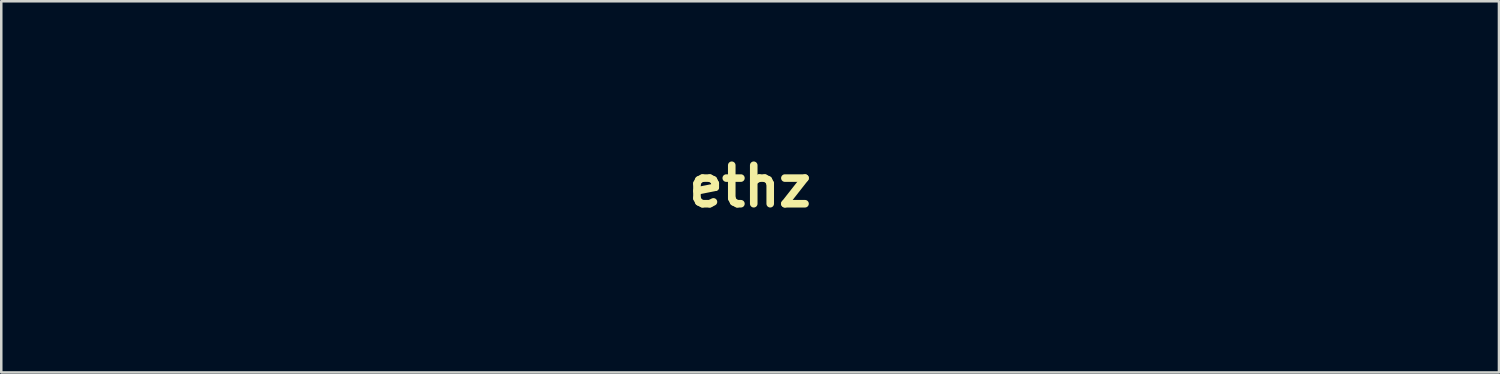
<source format=kicad_pcb>
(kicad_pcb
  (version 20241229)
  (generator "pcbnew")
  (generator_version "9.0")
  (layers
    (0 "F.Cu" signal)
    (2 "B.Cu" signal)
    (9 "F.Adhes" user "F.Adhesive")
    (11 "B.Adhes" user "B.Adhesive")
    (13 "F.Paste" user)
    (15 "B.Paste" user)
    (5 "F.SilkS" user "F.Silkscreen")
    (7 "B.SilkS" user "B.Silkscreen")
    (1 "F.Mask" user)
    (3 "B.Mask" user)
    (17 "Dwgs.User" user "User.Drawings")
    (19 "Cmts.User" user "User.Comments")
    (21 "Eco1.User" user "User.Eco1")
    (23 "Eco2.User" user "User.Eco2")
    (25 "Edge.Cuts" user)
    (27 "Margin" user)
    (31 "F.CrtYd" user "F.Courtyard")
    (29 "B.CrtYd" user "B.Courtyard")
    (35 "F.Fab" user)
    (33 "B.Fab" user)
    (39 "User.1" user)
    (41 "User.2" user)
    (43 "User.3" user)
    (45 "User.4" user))
  (footprint "ethz"
    (layer "F.Cu")
    (at 26.671 4.333)
    (property "Reference" "ethz" (at 0 0 0) (layer "F.SilkS") (effects (font (size 1.524 1.524) (thickness 0.3))))
    (attr through_hole)
    (fp_poly (pts (xy 5.216 -3.899) (xy 5.165 -3.562) (xy 5.105 -3.36) (xy 5.007 -3.258) (xy 4.843 -3.222) (xy 4.644 -3.217) (xy 4.226 -3.217) (xy 4.285 -3.535) (xy 4.354 -3.887) (xy 4.417 -4.105) (xy 4.499 -4.225) (xy 4.625 -4.278) (xy 4.822 -4.299) (xy 4.864 -4.302) (xy 5.273 -4.328) (xy 5.216 -3.899)) (stroke (width 0.01) (type solid)) (fill no) (layer "Eco2.User"))
    (fp_poly (pts (xy 15.733 -4.312) (xy 15.862 -4.272) (xy 15.909 -4.165) (xy 15.889 -3.956) (xy 15.826 -3.645) (xy 15.734 -3.217) (xy 15.318 -3.217) (xy 15.078 -3.23) (xy 14.928 -3.263) (xy 14.901 -3.288) (xy 14.917 -3.404) (xy 14.957 -3.63) (xy 14.998 -3.838) (xy 15.094 -4.318) (xy 15.506 -4.318) (xy 15.733 -4.312)) (stroke (width 0.01) (type solid)) (fill no) (layer "Eco2.User"))
    (fp_poly (pts (xy 7.503 -4.273) (xy 7.554 -4.144) (xy 7.528 -3.895) (xy 7.501 -3.753) (xy 7.402 -3.26) (xy 6.961 -3.234) (xy 6.715 -3.231) (xy 6.556 -3.252) (xy 6.523 -3.276) (xy 6.543 -3.391) (xy 6.59 -3.614) (xy 6.635 -3.81) (xy 6.702 -4.075) (xy 6.771 -4.216) (xy 6.877 -4.278) (xy 7.06 -4.302) (xy 7.063 -4.302) (xy 7.347 -4.315) (xy 7.503 -4.273)) (stroke (width 0.01) (type solid)) (fill no) (layer "Eco2.User"))
    (fp_poly (pts (xy 15.245 -1.601) (xy 15.364 -1.568) (xy 15.385 -1.496) (xy 15.376 -1.46) (xy 15.35 -1.343) (xy 15.296 -1.081) (xy 15.218 -0.695) (xy 15.12 -0.206) (xy 15.008 0.365) (xy 14.885 0.996) (xy 14.815 1.355) (xy 14.688 2.01) (xy 14.569 2.616) (xy 14.464 3.152) (xy 14.375 3.596) (xy 14.308 3.928) (xy 14.266 4.126) (xy 14.256 4.17) (xy 14.187 4.264) (xy 14.026 4.308) (xy 13.795 4.318) (xy 13.555 4.313) (xy 13.404 4.302) (xy 13.377 4.293) (xy 13.393 4.205) (xy 13.438 3.975) (xy 13.507 3.625) (xy 13.595 3.18) (xy 13.698 2.661) (xy 13.812 2.094) (xy 13.93 1.501) (xy 14.05 0.905) (xy 14.165 0.329) (xy 14.272 -0.202) (xy 14.366 -0.665) (xy 14.441 -1.038) (xy 14.495 -1.297) (xy 14.52 -1.418) (xy 14.569 -1.533) (xy 14.677 -1.589) (xy 14.889 -1.608) (xy 14.993 -1.609) (xy 15.245 -1.601)) (stroke (width 0.01) (type solid)) (fill no) (layer "Eco2.User"))
    (fp_poly (pts (xy 1.827 -1.251) (xy 1.765 -0.995) (xy 1.682 -0.799) (xy 1.657 -0.764) (xy 1.576 -0.671) (xy 1.395 -0.468) (xy 1.131 -0.17) (xy 0.798 0.207) (xy 0.409 0.645) (xy -0.022 1.131) (xy -0.296 1.439) (xy -2.136 3.514) (xy 0.952 3.56) (xy 0.899 3.823) (xy 0.862 4.046) (xy 0.847 4.202) (xy 0.82 4.239) (xy 0.729 4.267) (xy 0.555 4.289) (xy 0.28 4.303) (xy -0.113 4.312) (xy -0.641 4.317) (xy -1.228 4.318) (xy -3.302 4.318) (xy -3.302 4.112) (xy -3.27 3.861) (xy -3.227 3.71) (xy -3.154 3.601) (xy -2.982 3.383) (xy -2.725 3.07) (xy -2.396 2.681) (xy -2.009 2.23) (xy -1.577 1.734) (xy -1.244 1.355) (xy 0.663 -0.804) (xy -0.769 -0.827) (xy -1.302 -0.836) (xy -1.688 -0.848) (xy -1.948 -0.87) (xy -2.105 -0.912) (xy -2.179 -0.982) (xy -2.194 -1.087) (xy -2.171 -1.235) (xy -2.148 -1.344) (xy -2.095 -1.609) (xy 1.884 -1.609) (xy 1.827 -1.251)) (stroke (width 0.01) (type solid)) (fill no) (layer "Eco2.User"))
    (fp_poly (pts (xy 19.809 -1.611) (xy 20.213 -1.497) (xy 20.567 -1.286) (xy 20.765 -1.117) (xy 20.933 -0.935) (xy 20.972 -0.792) (xy 20.876 -0.64) (xy 20.706 -0.488) (xy 20.426 -0.256) (xy 20.126 -0.539) (xy 19.738 -0.799) (xy 19.307 -0.907) (xy 18.856 -0.865) (xy 18.411 -0.677) (xy 17.998 -0.344) (xy 17.98 -0.325) (xy 17.658 0.109) (xy 17.402 0.636) (xy 17.222 1.214) (xy 17.127 1.802) (xy 17.126 2.357) (xy 17.227 2.838) (xy 17.267 2.937) (xy 17.506 3.279) (xy 17.84 3.5) (xy 18.242 3.597) (xy 18.686 3.565) (xy 19.143 3.402) (xy 19.429 3.228) (xy 19.787 2.971) (xy 20.03 3.224) (xy 20.171 3.402) (xy 20.203 3.553) (xy 20.114 3.698) (xy 19.89 3.859) (xy 19.55 4.043) (xy 18.919 4.285) (xy 18.296 4.37) (xy 17.703 4.295) (xy 17.683 4.29) (xy 17.15 4.073) (xy 16.746 3.753) (xy 16.465 3.324) (xy 16.304 2.78) (xy 16.257 2.168) (xy 16.323 1.342) (xy 16.51 0.58) (xy 16.809 -0.099) (xy 17.211 -0.676) (xy 17.705 -1.134) (xy 18.096 -1.371) (xy 18.431 -1.523) (xy 18.707 -1.607) (xy 19.007 -1.641) (xy 19.3 -1.646) (xy 19.809 -1.611)) (stroke (width 0.01) (type solid)) (fill no) (layer "Eco2.User"))
    (fp_poly (pts (xy 12.472 -1.599) (xy 12.887 -1.409) (xy 13.016 -1.308) (xy 13.25 -1.098) (xy 12.597 -0.517) (xy 12.345 -0.703) (xy 12 -0.858) (xy 11.597 -0.884) (xy 11.181 -0.782) (xy 10.929 -0.649) (xy 10.715 -0.496) (xy 10.54 -0.331) (xy 10.394 -0.133) (xy 10.267 0.121) (xy 10.15 0.453) (xy 10.033 0.887) (xy 9.906 1.444) (xy 9.772 2.089) (xy 9.661 2.637) (xy 9.56 3.138) (xy 9.472 3.565) (xy 9.405 3.891) (xy 9.363 4.089) (xy 9.355 4.128) (xy 9.306 4.243) (xy 9.198 4.299) (xy 8.983 4.317) (xy 8.888 4.318) (xy 8.647 4.314) (xy 8.495 4.302) (xy 8.467 4.293) (xy 8.483 4.205) (xy 8.527 3.975) (xy 8.596 3.625) (xy 8.685 3.18) (xy 8.788 2.661) (xy 8.901 2.094) (xy 9.02 1.501) (xy 9.139 0.905) (xy 9.254 0.329) (xy 9.361 -0.202) (xy 9.455 -0.665) (xy 9.531 -1.038) (xy 9.584 -1.297) (xy 9.61 -1.418) (xy 9.66 -1.534) (xy 9.77 -1.591) (xy 9.987 -1.608) (xy 10.072 -1.609) (xy 10.488 -1.609) (xy 10.439 -1.291) (xy 10.39 -0.974) (xy 10.592 -1.154) (xy 11.019 -1.442) (xy 11.5 -1.613) (xy 11.997 -1.667) (xy 12.472 -1.599)) (stroke (width 0.01) (type solid)) (fill no) (layer "Eco2.User"))
    (fp_poly (pts (xy 4.093 -1.583) (xy 4.125 -1.519) (xy 4.109 -1.423) (xy 3.99 -0.886) (xy 3.868 -0.303) (xy 3.75 0.297) (xy 3.639 0.884) (xy 3.542 1.43) (xy 3.465 1.904) (xy 3.411 2.277) (xy 3.388 2.52) (xy 3.387 2.55) (xy 3.437 2.98) (xy 3.595 3.287) (xy 3.872 3.488) (xy 4.065 3.556) (xy 4.51 3.593) (xy 4.96 3.487) (xy 5.377 3.257) (xy 5.719 2.923) (xy 5.889 2.649) (xy 5.949 2.474) (xy 6.035 2.162) (xy 6.138 1.74) (xy 6.253 1.237) (xy 6.371 0.681) (xy 6.433 0.381) (xy 6.823 -1.566) (xy 7.264 -1.592) (xy 7.511 -1.601) (xy 7.671 -1.597) (xy 7.705 -1.588) (xy 7.689 -1.5) (xy 7.644 -1.269) (xy 7.575 -0.919) (xy 7.487 -0.472) (xy 7.384 0.047) (xy 7.27 0.615) (xy 7.152 1.209) (xy 7.032 1.805) (xy 6.917 2.381) (xy 6.81 2.912) (xy 6.716 3.376) (xy 6.64 3.749) (xy 6.587 4.007) (xy 6.562 4.128) (xy 6.512 4.243) (xy 6.402 4.3) (xy 6.184 4.317) (xy 6.1 4.318) (xy 5.683 4.318) (xy 5.732 4) (xy 5.781 3.683) (xy 5.578 3.869) (xy 5.205 4.116) (xy 4.739 4.285) (xy 4.24 4.366) (xy 3.767 4.346) (xy 3.527 4.284) (xy 3.091 4.037) (xy 2.752 3.674) (xy 2.534 3.229) (xy 2.461 2.752) (xy 2.478 2.573) (xy 2.526 2.258) (xy 2.598 1.832) (xy 2.69 1.325) (xy 2.797 0.765) (xy 2.865 0.423) (xy 3.267 -1.566) (xy 3.71 -1.592) (xy 3.967 -1.602) (xy 4.093 -1.583)) (stroke (width 0.01) (type solid)) (fill no) (layer "Eco2.User"))
    (fp_poly (pts (xy 23.69 -4.312) (xy 23.875 -4.276) (xy 23.96 -4.212) (xy 23.961 -4.205) (xy 23.945 -4.089) (xy 23.9 -3.836) (xy 23.832 -3.475) (xy 23.746 -3.036) (xy 23.664 -2.625) (xy 23.569 -2.15) (xy 23.486 -1.737) (xy 23.421 -1.413) (xy 23.38 -1.204) (xy 23.368 -1.137) (xy 23.436 -1.162) (xy 23.611 -1.249) (xy 23.812 -1.354) (xy 24.363 -1.575) (xy 24.925 -1.665) (xy 25.45 -1.617) (xy 25.491 -1.607) (xy 25.913 -1.411) (xy 26.265 -1.087) (xy 26.522 -0.671) (xy 26.656 -0.201) (xy 26.67 0) (xy 26.653 0.13) (xy 26.609 0.396) (xy 26.542 0.77) (xy 26.457 1.223) (xy 26.361 1.726) (xy 26.259 2.249) (xy 26.157 2.763) (xy 26.061 3.24) (xy 25.975 3.65) (xy 25.907 3.965) (xy 25.861 4.155) (xy 25.857 4.17) (xy 25.787 4.264) (xy 25.624 4.309) (xy 25.394 4.318) (xy 25.155 4.313) (xy 25.004 4.301) (xy 24.977 4.292) (xy 24.993 4.205) (xy 25.037 3.975) (xy 25.106 3.628) (xy 25.194 3.185) (xy 25.297 2.671) (xy 25.358 2.371) (xy 25.503 1.634) (xy 25.611 1.042) (xy 25.683 0.576) (xy 25.72 0.217) (xy 25.725 -0.056) (xy 25.698 -0.262) (xy 25.64 -0.42) (xy 25.565 -0.537) (xy 25.282 -0.772) (xy 24.928 -0.881) (xy 24.535 -0.874) (xy 24.132 -0.761) (xy 23.752 -0.55) (xy 23.427 -0.251) (xy 23.187 0.128) (xy 23.169 0.169) (xy 23.116 0.34) (xy 23.038 0.648) (xy 22.942 1.062) (xy 22.835 1.554) (xy 22.724 2.093) (xy 22.694 2.244) (xy 22.587 2.778) (xy 22.49 3.263) (xy 22.406 3.67) (xy 22.343 3.974) (xy 22.305 4.146) (xy 22.299 4.17) (xy 22.231 4.263) (xy 22.07 4.308) (xy 21.838 4.318) (xy 21.599 4.314) (xy 21.448 4.303) (xy 21.421 4.294) (xy 21.437 4.194) (xy 21.484 3.947) (xy 21.556 3.574) (xy 21.652 3.094) (xy 21.765 2.525) (xy 21.894 1.888) (xy 22.033 1.2) (xy 22.178 0.481) (xy 22.327 -0.25) (xy 22.475 -0.973) (xy 22.618 -1.67) (xy 22.752 -2.321) (xy 22.873 -2.908) (xy 22.978 -3.411) (xy 23.063 -3.811) (xy 23.123 -4.089) (xy 23.155 -4.226) (xy 23.158 -4.236) (xy 23.27 -4.295) (xy 23.468 -4.32) (xy 23.69 -4.312)) (stroke (width 0.01) (type solid)) (fill no) (layer "Eco2.User"))
    (fp_poly (pts (xy -11.433 -4.306) (xy -10.771 -4.304) (xy -10.218 -4.301) (xy -9.766 -4.296) (xy -9.404 -4.289) (xy -9.121 -4.28) (xy -8.909 -4.269) (xy -8.757 -4.255) (xy -8.655 -4.239) (xy -8.593 -4.22) (xy -8.562 -4.199) (xy -8.552 -4.174) (xy -8.551 -4.163) (xy -8.568 -4.032) (xy -8.613 -3.766) (xy -8.681 -3.394) (xy -8.767 -2.947) (xy -8.848 -2.54) (xy -8.944 -2.061) (xy -9.027 -1.639) (xy -9.091 -1.302) (xy -9.132 -1.079) (xy -9.144 -0.999) (xy -9.065 -0.972) (xy -8.851 -0.954) (xy -8.535 -0.946) (xy -8.193 -0.95) (xy -7.242 -0.974) (xy -6.902 -2.625) (xy -6.562 -4.276) (xy -5.228 -4.299) (xy -4.775 -4.303) (xy -4.387 -4.297) (xy -4.095 -4.285) (xy -3.925 -4.265) (xy -3.895 -4.25) (xy -3.911 -4.156) (xy -3.957 -3.911) (xy -4.031 -3.532) (xy -4.129 -3.035) (xy -4.247 -2.436) (xy -4.384 -1.75) (xy -4.534 -0.995) (xy -4.697 -0.184) (xy -4.741 0.038) (xy -4.906 0.858) (xy -5.06 1.627) (xy -5.2 2.329) (xy -5.324 2.948) (xy -5.427 3.468) (xy -5.508 3.874) (xy -5.562 4.149) (xy -5.587 4.278) (xy -5.588 4.286) (xy -5.668 4.297) (xy -5.889 4.306) (xy -6.223 4.313) (xy -6.641 4.317) (xy -6.944 4.318) (xy -8.301 4.318) (xy -8.254 4.128) (xy -8.195 3.864) (xy -8.121 3.507) (xy -8.04 3.087) (xy -7.956 2.635) (xy -7.874 2.184) (xy -7.801 1.762) (xy -7.742 1.402) (xy -7.702 1.135) (xy -7.687 0.991) (xy -7.689 0.975) (xy -7.787 0.957) (xy -8.017 0.942) (xy -8.34 0.933) (xy -8.61 0.931) (xy -9.013 0.935) (xy -9.277 0.949) (xy -9.434 0.979) (xy -9.516 1.029) (xy -9.544 1.077) (xy -9.578 1.204) (xy -9.638 1.468) (xy -9.718 1.839) (xy -9.812 2.288) (xy -9.905 2.749) (xy -10.21 4.276) (xy -11.54 4.299) (xy -12.061 4.305) (xy -12.434 4.302) (xy -12.679 4.288) (xy -12.816 4.262) (xy -12.868 4.223) (xy -12.869 4.212) (xy -12.853 4.106) (xy -12.807 3.853) (xy -12.735 3.473) (xy -12.64 2.983) (xy -12.527 2.404) (xy -12.399 1.754) (xy -12.259 1.052) (xy -12.247 0.992) (xy -11.624 -2.117) (xy -12.755 -2.117) (xy -13.17 -2.115) (xy -13.517 -2.11) (xy -13.764 -2.103) (xy -13.88 -2.095) (xy -13.885 -2.092) (xy -13.901 -2.007) (xy -13.947 -1.773) (xy -14.019 -1.41) (xy -14.113 -0.936) (xy -14.227 -0.368) (xy -14.355 0.275) (xy -14.495 0.976) (xy -14.52 1.101) (xy -14.662 1.809) (xy -14.793 2.463) (xy -14.909 3.045) (xy -15.007 3.537) (xy -15.083 3.921) (xy -15.133 4.178) (xy -15.155 4.29) (xy -15.155 4.294) (xy -15.235 4.302) (xy -15.456 4.309) (xy -15.79 4.314) (xy -16.208 4.317) (xy -16.512 4.318) (xy -17.868 4.318) (xy -17.823 4.128) (xy -17.789 3.975) (xy -17.73 3.687) (xy -17.648 3.288) (xy -17.549 2.799) (xy -17.438 2.243) (xy -17.318 1.644) (xy -17.194 1.022) (xy -17.07 0.402) (xy -16.952 -0.195) (xy -16.844 -0.745) (xy -16.749 -1.226) (xy -16.674 -1.616) (xy -16.621 -1.892) (xy -16.596 -2.031) (xy -16.595 -2.042) (xy -16.676 -2.06) (xy -16.909 -2.075) (xy -17.274 -2.089) (xy -17.753 -2.101) (xy -18.328 -2.11) (xy -18.981 -2.115) (xy -19.636 -2.117) (xy -22.677 -2.117) (xy -22.768 -1.689) (xy -22.824 -1.447) (xy -22.86 -1.263) (xy -22.859 -1.128) (xy -22.802 -1.036) (xy -22.671 -0.977) (xy -22.446 -0.945) (xy -22.11 -0.932) (xy -21.645 -0.93) (xy -21.03 -0.931) (xy -20.946 -0.931) (xy -20.305 -0.929) (xy -19.816 -0.923) (xy -19.465 -0.911) (xy -19.234 -0.893) (xy -19.108 -0.867) (xy -19.07 -0.833) (xy -19.071 -0.826) (xy -19.103 -0.701) (xy -19.156 -0.451) (xy -19.223 -0.118) (xy -19.265 0.106) (xy -19.42 0.931) (xy -21.346 0.931) (xy -21.97 0.93) (xy -22.446 0.931) (xy -22.796 0.941) (xy -23.039 0.964) (xy -23.198 1.007) (xy -23.293 1.077) (xy -23.345 1.18) (xy -23.376 1.32) (xy -23.407 1.506) (xy -23.41 1.524) (xy -23.46 1.769) (xy -23.505 1.961) (xy -23.507 1.968) (xy -23.51 2.016) (xy -23.477 2.053) (xy -23.386 2.079) (xy -23.218 2.097) (xy -22.954 2.108) (xy -22.573 2.114) (xy -22.055 2.116) (xy -21.638 2.117) (xy -21.019 2.118) (xy -20.549 2.122) (xy -20.208 2.13) (xy -19.976 2.144) (xy -19.832 2.166) (xy -19.757 2.197) (xy -19.729 2.238) (xy -19.727 2.259) (xy -19.743 2.396) (xy -19.785 2.659) (xy -19.848 3.01) (xy -19.914 3.36) (xy -20.101 4.318) (xy -26.666 4.318) (xy -26.611 4.043) (xy -26.584 3.906) (xy -26.526 3.621) (xy -26.442 3.205) (xy -26.334 2.675) (xy -26.207 2.049) (xy -26.065 1.344) (xy -25.909 0.578) (xy -25.745 -0.231) (xy -25.74 -0.254) (xy -24.924 -4.276) (xy -16.738 -4.297) (xy -15.378 -4.301) (xy -14.177 -4.304) (xy -13.126 -4.305) (xy -12.215 -4.306) (xy -11.433 -4.306)) (stroke (width 0.01) (type solid)) (fill no) (layer "Eco2.User")))
  (gr_rect
    (start -3 -3)
    (end 56.345 11.708)
    (stroke (width 0.1) (type default))
    (fill no)
    (layer "Edge.Cuts")))
</source>
